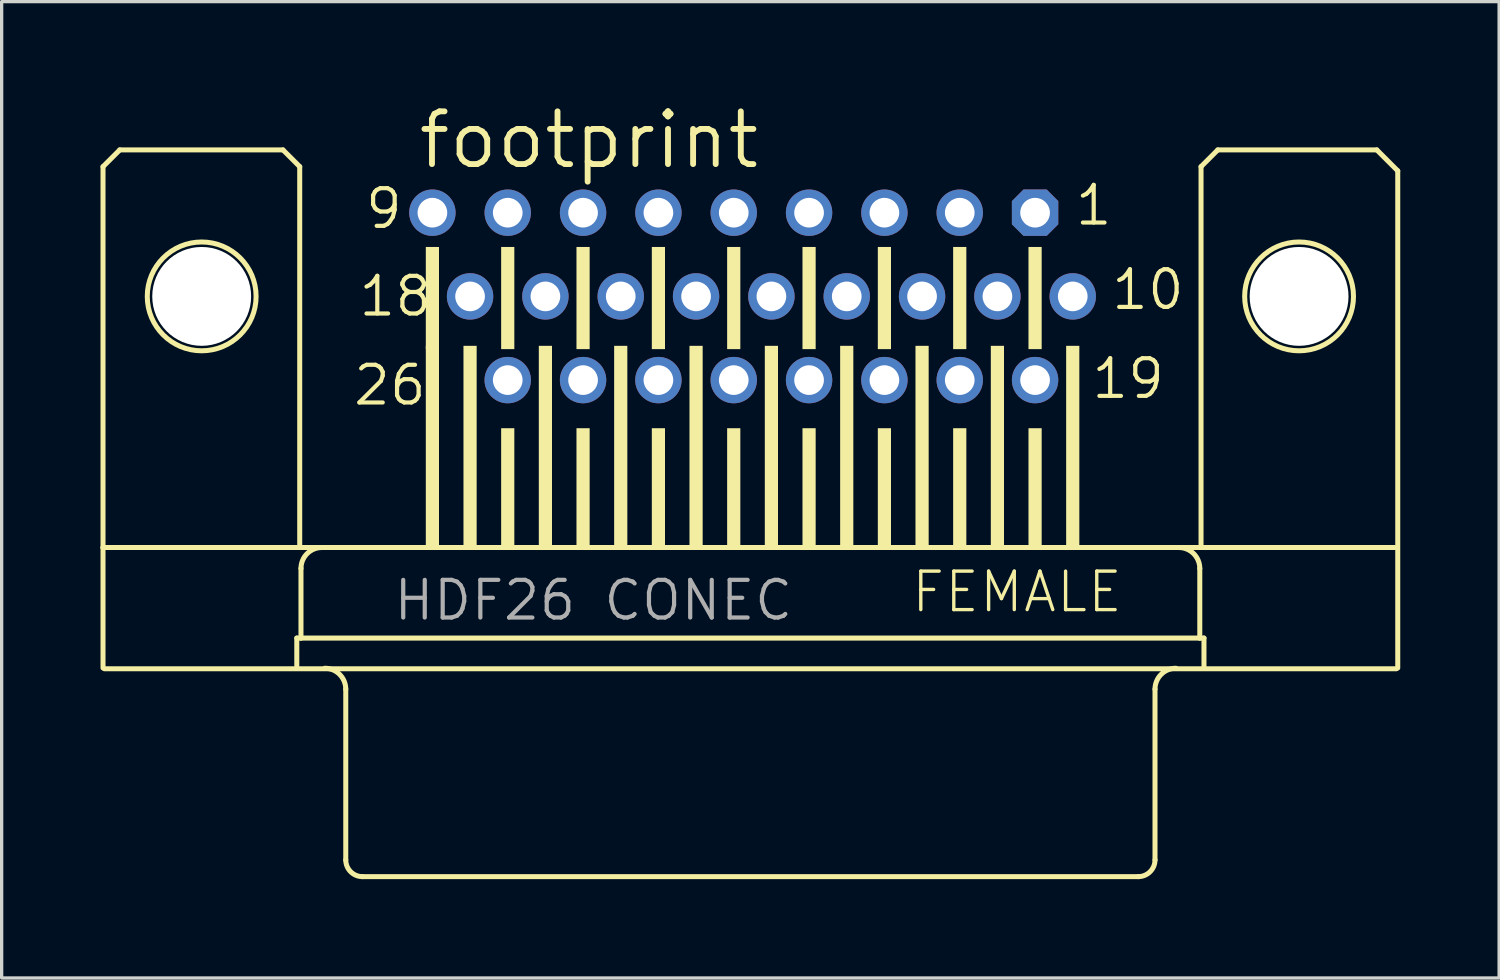
<source format=kicad_pcb>
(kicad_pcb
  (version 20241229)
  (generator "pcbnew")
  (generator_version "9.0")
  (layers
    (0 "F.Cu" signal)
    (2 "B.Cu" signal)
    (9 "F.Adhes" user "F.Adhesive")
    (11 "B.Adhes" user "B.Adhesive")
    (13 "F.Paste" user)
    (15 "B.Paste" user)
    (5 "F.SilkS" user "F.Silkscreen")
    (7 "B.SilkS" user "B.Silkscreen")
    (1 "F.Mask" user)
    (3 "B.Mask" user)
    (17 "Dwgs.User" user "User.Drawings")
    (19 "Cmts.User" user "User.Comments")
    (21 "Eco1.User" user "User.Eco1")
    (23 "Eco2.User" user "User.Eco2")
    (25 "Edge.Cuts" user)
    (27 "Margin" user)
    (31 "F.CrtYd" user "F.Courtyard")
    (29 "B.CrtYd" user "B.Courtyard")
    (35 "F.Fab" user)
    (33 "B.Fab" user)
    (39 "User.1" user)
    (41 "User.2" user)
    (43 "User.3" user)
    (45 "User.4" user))
  (footprint "footprint"
    (layer "F.Cu")
    (at 19.72 5.944)
    (property "Reference" "footprint" (at -10.16 -3.81 0) (layer "F.SilkS") (effects (font (size 1.6 1.6) (thickness 0.178)) (justify left bottom)))
    (fp_line (start -19.644 -3.937) (end -19.644 7.62) (stroke (width 0.152) (type solid)) (layer "F.SilkS"))
    (fp_line (start -19.644 11.276) (end -19.644 7.62) (stroke (width 0.152) (type solid)) (layer "F.SilkS"))
    (fp_line (start -19.6 11.3) (end 19.6 11.3) (stroke (width 0.152) (type solid)) (layer "F.SilkS"))
    (fp_line (start -19.136 -4.445) (end -19.644 -3.937) (stroke (width 0.152) (type solid)) (layer "F.SilkS"))
    (fp_line (start -14.183 -4.445) (end -19.136 -4.445) (stroke (width 0.152) (type solid)) (layer "F.SilkS"))
    (fp_line (start -13.764 10.368) (end -13.764 11.276) (stroke (width 0.152) (type solid)) (layer "F.SilkS"))
    (fp_line (start -13.675 -3.937) (end -14.183 -4.445) (stroke (width 0.152) (type solid)) (layer "F.SilkS"))
    (fp_line (start -13.675 -3.937) (end -13.675 7.62) (stroke (width 0.152) (type solid)) (layer "F.SilkS"))
    (fp_line (start -13.637 8.255) (end -13.637 10.368) (stroke (width 0.152) (type solid)) (layer "F.SilkS"))
    (fp_line (start -13.637 10.368) (end -13.764 10.368) (stroke (width 0.152) (type solid)) (layer "F.SilkS"))
    (fp_line (start -12.278 11.919) (end -12.278 17.099) (stroke (width 0.152) (type solid)) (layer "F.SilkS"))
    (fp_line (start 11.77 17.607) (end -11.77 17.607) (stroke (width 0.152) (type solid)) (layer "F.SilkS"))
    (fp_line (start 12.278 11.919) (end 12.278 17.099) (stroke (width 0.152) (type solid)) (layer "F.SilkS"))
    (fp_line (start 13.637 8.255) (end 13.637 10.368) (stroke (width 0.152) (type solid)) (layer "F.SilkS"))
    (fp_line (start 13.637 10.368) (end -13.637 10.368) (stroke (width 0.152) (type solid)) (layer "F.SilkS"))
    (fp_line (start 13.675 -3.937) (end 13.675 7.62) (stroke (width 0.152) (type solid)) (layer "F.SilkS"))
    (fp_line (start 13.764 10.368) (end 13.637 10.368) (stroke (width 0.152) (type solid)) (layer "F.SilkS"))
    (fp_line (start 13.764 10.368) (end 13.764 11.276) (stroke (width 0.152) (type solid)) (layer "F.SilkS"))
    (fp_line (start 14.183 -4.445) (end 13.675 -3.937) (stroke (width 0.152) (type solid)) (layer "F.SilkS"))
    (fp_line (start 14.183 -4.445) (end 19.009 -4.445) (stroke (width 0.152) (type solid)) (layer "F.SilkS"))
    (fp_line (start 19.009 -4.445) (end 19.644 -3.81) (stroke (width 0.152) (type solid)) (layer "F.SilkS"))
    (fp_line (start 19.556 7.62) (end -19.644 7.62) (stroke (width 0.152) (type solid)) (layer "F.SilkS"))
    (fp_line (start 19.644 -3.81) (end 19.644 11.276) (stroke (width 0.152) (type solid)) (layer "F.SilkS"))
    (fp_arc (start -13.637 8.255) (mid -13.451013 7.805987) (end -13.002 7.62) (stroke (width 0.1524) (type solid)) (layer "F.SilkS"))
    (fp_arc (start -12.913 11.284) (mid -12.463987 11.469987) (end -12.278 11.919) (stroke (width 0.1524) (type solid)) (layer "F.SilkS"))
    (fp_arc (start -11.77 17.607) (mid -12.12921 17.45821) (end -12.278 17.099) (stroke (width 0.1524) (type solid)) (layer "F.SilkS"))
    (fp_arc (start 12.278 11.919) (mid 12.463987 11.469987) (end 12.913 11.284) (stroke (width 0.1524) (type solid)) (layer "F.SilkS"))
    (fp_arc (start 12.278 17.099) (mid 12.12921 17.45821) (end 11.77 17.607) (stroke (width 0.1524) (type solid)) (layer "F.SilkS"))
    (fp_arc (start 13.002 7.62) (mid 13.451013 7.805987) (end 13.637 8.255) (stroke (width 0.1524) (type solid)) (layer "F.SilkS"))
    (fp_circle (center -16.65 0) (end -14.999 0) (stroke (width 0.152) (type solid)) (fill no) (layer "F.SilkS"))
    (fp_circle (center 16.65 0) (end 18.301 0) (stroke (width 0.152) (type solid)) (fill no) (layer "F.SilkS"))
    (fp_poly (pts (xy -9.849 1.6) (xy -9.449 1.6) (xy -9.449 -1.5) (xy -9.849 -1.5)) (stroke (width 0) (type solid)) (fill yes) (layer "F.SilkS"))
    (fp_poly (pts (xy -9.849 7.6) (xy -9.449 7.6) (xy -9.449 1.5) (xy -9.849 1.5)) (stroke (width 0) (type solid)) (fill yes) (layer "F.SilkS"))
    (fp_poly (pts (xy -8.706 7.6) (xy -8.306 7.6) (xy -8.306 1.5) (xy -8.706 1.5)) (stroke (width 0) (type solid)) (fill yes) (layer "F.SilkS"))
    (fp_poly (pts (xy -7.563 1.6) (xy -7.163 1.6) (xy -7.163 -1.5) (xy -7.563 -1.5)) (stroke (width 0) (type solid)) (fill yes) (layer "F.SilkS"))
    (fp_poly (pts (xy -7.563 7.6) (xy -7.163 7.6) (xy -7.163 4) (xy -7.563 4)) (stroke (width 0) (type solid)) (fill yes) (layer "F.SilkS"))
    (fp_poly (pts (xy -6.42 7.6) (xy -6.02 7.6) (xy -6.02 1.5) (xy -6.42 1.5)) (stroke (width 0) (type solid)) (fill yes) (layer "F.SilkS"))
    (fp_poly (pts (xy -5.277 1.6) (xy -4.877 1.6) (xy -4.877 -1.5) (xy -5.277 -1.5)) (stroke (width 0) (type solid)) (fill yes) (layer "F.SilkS"))
    (fp_poly (pts (xy -5.277 7.6) (xy -4.877 7.6) (xy -4.877 4) (xy -5.277 4)) (stroke (width 0) (type solid)) (fill yes) (layer "F.SilkS"))
    (fp_poly (pts (xy -4.134 7.6) (xy -3.734 7.6) (xy -3.734 1.5) (xy -4.134 1.5)) (stroke (width 0) (type solid)) (fill yes) (layer "F.SilkS"))
    (fp_poly (pts (xy -2.991 1.6) (xy -2.591 1.6) (xy -2.591 -1.5) (xy -2.991 -1.5)) (stroke (width 0) (type solid)) (fill yes) (layer "F.SilkS"))
    (fp_poly (pts (xy -2.991 7.6) (xy -2.591 7.6) (xy -2.591 4) (xy -2.991 4)) (stroke (width 0) (type solid)) (fill yes) (layer "F.SilkS"))
    (fp_poly (pts (xy -1.848 7.6) (xy -1.448 7.6) (xy -1.448 1.5) (xy -1.848 1.5)) (stroke (width 0) (type solid)) (fill yes) (layer "F.SilkS"))
    (fp_poly (pts (xy -0.705 1.6) (xy -0.305 1.6) (xy -0.305 -1.5) (xy -0.705 -1.5)) (stroke (width 0) (type solid)) (fill yes) (layer "F.SilkS"))
    (fp_poly (pts (xy -0.705 7.6) (xy -0.305 7.6) (xy -0.305 4) (xy -0.705 4)) (stroke (width 0) (type solid)) (fill yes) (layer "F.SilkS"))
    (fp_poly (pts (xy 0.438 7.6) (xy 0.838 7.6) (xy 0.838 1.5) (xy 0.438 1.5)) (stroke (width 0) (type solid)) (fill yes) (layer "F.SilkS"))
    (fp_poly (pts (xy 1.581 1.6) (xy 1.981 1.6) (xy 1.981 -1.5) (xy 1.581 -1.5)) (stroke (width 0) (type solid)) (fill yes) (layer "F.SilkS"))
    (fp_poly (pts (xy 1.581 7.6) (xy 1.981 7.6) (xy 1.981 4) (xy 1.581 4)) (stroke (width 0) (type solid)) (fill yes) (layer "F.SilkS"))
    (fp_poly (pts (xy 2.724 7.6) (xy 3.124 7.6) (xy 3.124 1.5) (xy 2.724 1.5)) (stroke (width 0) (type solid)) (fill yes) (layer "F.SilkS"))
    (fp_poly (pts (xy 3.867 1.6) (xy 4.267 1.6) (xy 4.267 -1.5) (xy 3.867 -1.5)) (stroke (width 0) (type solid)) (fill yes) (layer "F.SilkS"))
    (fp_poly (pts (xy 3.867 7.6) (xy 4.267 7.6) (xy 4.267 4) (xy 3.867 4)) (stroke (width 0) (type solid)) (fill yes) (layer "F.SilkS"))
    (fp_poly (pts (xy 5.01 7.6) (xy 5.41 7.6) (xy 5.41 1.5) (xy 5.01 1.5)) (stroke (width 0) (type solid)) (fill yes) (layer "F.SilkS"))
    (fp_poly (pts (xy 6.153 1.6) (xy 6.553 1.6) (xy 6.553 -1.5) (xy 6.153 -1.5)) (stroke (width 0) (type solid)) (fill yes) (layer "F.SilkS"))
    (fp_poly (pts (xy 6.153 7.6) (xy 6.553 7.6) (xy 6.553 4) (xy 6.153 4)) (stroke (width 0) (type solid)) (fill yes) (layer "F.SilkS"))
    (fp_poly (pts (xy 7.296 7.6) (xy 7.696 7.6) (xy 7.696 1.5) (xy 7.296 1.5)) (stroke (width 0) (type solid)) (fill yes) (layer "F.SilkS"))
    (fp_poly (pts (xy 8.439 1.6) (xy 8.839 1.6) (xy 8.839 -1.5) (xy 8.439 -1.5)) (stroke (width 0) (type solid)) (fill yes) (layer "F.SilkS"))
    (fp_poly (pts (xy 8.439 7.6) (xy 8.839 7.6) (xy 8.839 4) (xy 8.439 4)) (stroke (width 0) (type solid)) (fill yes) (layer "F.SilkS"))
    (fp_poly (pts (xy 9.582 7.6) (xy 9.982 7.6) (xy 9.982 1.5) (xy 9.582 1.5)) (stroke (width 0) (type solid)) (fill yes) (layer "F.SilkS"))
    (fp_text user "FEMALE" (at 4.826 9.652 0) (layer "F.SilkS") (effects (font (size 1.168 1.168) (thickness 0.102)) (justify left bottom)))
    (fp_text user "26" (at -12.111 3.365 0) (layer "F.SilkS") (effects (font (size 1.143 1.143) (thickness 0.127)) (justify left bottom)))
    (fp_text user "10" (at 10.89 0.465 0) (layer "F.SilkS") (effects (font (size 1.143 1.143) (thickness 0.127)) (justify left bottom)))
    (fp_text user "1" (at 9.79 -2.095 0) (layer "F.SilkS") (effects (font (size 1.143 1.143) (thickness 0.127)) (justify left bottom)))
    (fp_text user "19" (at 10.29 3.165 0) (layer "F.SilkS") (effects (font (size 1.143 1.143) (thickness 0.127)) (justify left bottom)))
    (fp_text user "18" (at -11.949 0.665 0) (layer "F.SilkS") (effects (font (size 1.143 1.143) (thickness 0.127)) (justify left bottom)))
    (fp_text user "9" (at -11.749 -1.995 0) (layer "F.SilkS") (effects (font (size 1.143 1.143) (thickness 0.127)) (justify left bottom)))
    (fp_text user "HDF26 CONEC" (at -10.89 9.891 0) (layer "F.Fab") (effects (font (size 1.143 1.143) (thickness 0.127)) (justify left bottom)))
    (pad "" np_thru_hole circle (at -16.65 0) (size 3 3) (drill 3) (layers "*.Cu" "*.Mask"))
    (pad "" np_thru_hole circle (at 16.65 0) (size 3 3) (drill 3) (layers "*.Cu" "*.Mask"))
    (pad "1" thru_hole roundrect (at 8.639 -2.54) (size 1.408 1.408) (drill 0.9) (layers "*.Cu" "*.Mask") (roundrect_rratio 0.25) (chamfer_ratio 0.25) (chamfer top_left top_right bottom_left bottom_right))
    (pad "2" thru_hole circle (at 6.353 -2.54) (size 1.408 1.408) (drill 0.9) (layers "*.Cu" "*.Mask"))
    (pad "3" thru_hole circle (at 4.067 -2.54) (size 1.408 1.408) (drill 0.9) (layers "*.Cu" "*.Mask"))
    (pad "4" thru_hole circle (at 1.781 -2.54) (size 1.408 1.408) (drill 0.9) (layers "*.Cu" "*.Mask"))
    (pad "5" thru_hole circle (at -0.505 -2.54) (size 1.408 1.408) (drill 0.9) (layers "*.Cu" "*.Mask"))
    (pad "6" thru_hole circle (at -2.791 -2.54) (size 1.408 1.408) (drill 0.9) (layers "*.Cu" "*.Mask"))
    (pad "7" thru_hole circle (at -5.077 -2.54) (size 1.408 1.408) (drill 0.9) (layers "*.Cu" "*.Mask"))
    (pad "8" thru_hole circle (at -7.363 -2.54) (size 1.408 1.408) (drill 0.9) (layers "*.Cu" "*.Mask"))
    (pad "9" thru_hole circle (at -9.649 -2.54) (size 1.408 1.408) (drill 0.9) (layers "*.Cu" "*.Mask"))
    (pad "10" thru_hole circle (at 9.782 0) (size 1.408 1.408) (drill 0.9) (layers "*.Cu" "*.Mask"))
    (pad "11" thru_hole circle (at 7.496 0) (size 1.408 1.408) (drill 0.9) (layers "*.Cu" "*.Mask"))
    (pad "12" thru_hole circle (at 5.21 0) (size 1.408 1.408) (drill 0.9) (layers "*.Cu" "*.Mask"))
    (pad "13" thru_hole circle (at 2.924 0) (size 1.408 1.408) (drill 0.9) (layers "*.Cu" "*.Mask"))
    (pad "14" thru_hole circle (at 0.638 0) (size 1.408 1.408) (drill 0.9) (layers "*.Cu" "*.Mask"))
    (pad "15" thru_hole circle (at -1.648 0) (size 1.408 1.408) (drill 0.9) (layers "*.Cu" "*.Mask"))
    (pad "16" thru_hole circle (at -3.934 0) (size 1.408 1.408) (drill 0.9) (layers "*.Cu" "*.Mask"))
    (pad "17" thru_hole circle (at -6.22 0) (size 1.408 1.408) (drill 0.9) (layers "*.Cu" "*.Mask"))
    (pad "18" thru_hole circle (at -8.506 0) (size 1.408 1.408) (drill 0.9) (layers "*.Cu" "*.Mask"))
    (pad "19" thru_hole circle (at 8.639 2.54) (size 1.408 1.408) (drill 0.9) (layers "*.Cu" "*.Mask"))
    (pad "20" thru_hole circle (at 6.353 2.54) (size 1.408 1.408) (drill 0.9) (layers "*.Cu" "*.Mask"))
    (pad "21" thru_hole circle (at 4.067 2.54) (size 1.408 1.408) (drill 0.9) (layers "*.Cu" "*.Mask"))
    (pad "22" thru_hole circle (at 1.781 2.54) (size 1.408 1.408) (drill 0.9) (layers "*.Cu" "*.Mask"))
    (pad "23" thru_hole circle (at -0.505 2.54) (size 1.408 1.408) (drill 0.9) (layers "*.Cu" "*.Mask"))
    (pad "24" thru_hole circle (at -2.791 2.54) (size 1.408 1.408) (drill 0.9) (layers "*.Cu" "*.Mask"))
    (pad "25" thru_hole circle (at -5.077 2.54) (size 1.408 1.408) (drill 0.9) (layers "*.Cu" "*.Mask"))
    (pad "26" thru_hole circle (at -7.363 2.54) (size 1.408 1.408) (drill 0.9) (layers "*.Cu" "*.Mask"))
    (zone (net_name "") (layers "F.Cu" "B.Cu") (hatch edge 0.508) (connect_pads) (min_thickness 0.254) (filled_areas_thickness no) (keepout (tracks allowed) (vias not_allowed) (pads allowed) (copperpour allowed) (footprints allowed)) (placement (enabled no)) (fill) (polygon (pts (xy 5.737 5.944) (xy 5.697 5.48) (xy 5.576 5.031) (xy 5.38 4.61) (xy 5.113 4.229) (xy 4.785 3.901) (xy 4.404 3.634) (xy 3.982 3.437) (xy 3.533 3.317) (xy 3.07 3.277) (xy 2.607 3.317) (xy 2.158 3.437) (xy 1.737 3.634) (xy 1.356 3.901) (xy 1.027 4.229) (xy 0.761 4.61) (xy 0.564 5.031) (xy 0.444 5.48) (xy 0.403 5.944) (xy 0.444 6.407) (xy 0.564 6.856) (xy 0.761 7.277) (xy 1.027 7.658) (xy 1.356 7.987) (xy 1.737 8.253) (xy 2.158 8.45) (xy 2.607 8.57) (xy 3.07 8.611) (xy 3.533 8.57) (xy 3.982 8.45) (xy 4.404 8.253) (xy 4.785 7.987) (xy 5.113 7.658) (xy 5.38 7.277) (xy 5.576 6.856) (xy 5.697 6.407))))
    (zone (net_name "") (layers "F.Cu" "B.Cu") (hatch edge 0.508) (connect_pads) (min_thickness 0.254) (filled_areas_thickness no) (keepout (tracks allowed) (vias not_allowed) (pads allowed) (copperpour allowed) (footprints allowed)) (placement (enabled no)) (fill) (polygon (pts (xy 39.037 5.944) (xy 38.997 5.48) (xy 38.876 5.031) (xy 38.68 4.61) (xy 38.413 4.229) (xy 38.085 3.901) (xy 37.704 3.634) (xy 37.282 3.437) (xy 36.833 3.317) (xy 36.37 3.277) (xy 35.907 3.317) (xy 35.458 3.437) (xy 35.037 3.634) (xy 34.656 3.901) (xy 34.327 4.229) (xy 34.061 4.61) (xy 33.864 5.031) (xy 33.744 5.48) (xy 33.703 5.944) (xy 33.744 6.407) (xy 33.864 6.856) (xy 34.061 7.277) (xy 34.327 7.658) (xy 34.656 7.987) (xy 35.037 8.253) (xy 35.458 8.45) (xy 35.907 8.57) (xy 36.37 8.611) (xy 36.833 8.57) (xy 37.282 8.45) (xy 37.704 8.253) (xy 38.085 7.987) (xy 38.413 7.658) (xy 38.68 7.277) (xy 38.876 6.856) (xy 38.997 6.407))))
    (zone (net_name "") (layer "B.Cu") (hatch edge 0.508) (connect_pads) (min_thickness 0.254) (filled_areas_thickness no) (keepout (tracks not_allowed) (vias not_allowed) (pads not_allowed) (copperpour not_allowed) (footprints allowed)) (placement (enabled no)) (fill) (polygon (pts (xy 5.737 5.944) (xy 5.697 5.48) (xy 5.576 5.031) (xy 5.38 4.61) (xy 5.113 4.229) (xy 4.785 3.901) (xy 4.404 3.634) (xy 3.982 3.437) (xy 3.533 3.317) (xy 3.07 3.277) (xy 2.607 3.317) (xy 2.158 3.437) (xy 1.737 3.634) (xy 1.356 3.901) (xy 1.027 4.229) (xy 0.761 4.61) (xy 0.564 5.031) (xy 0.444 5.48) (xy 0.403 5.944) (xy 0.444 6.407) (xy 0.564 6.856) (xy 0.761 7.277) (xy 1.027 7.658) (xy 1.356 7.987) (xy 1.737 8.253) (xy 2.158 8.45) (xy 2.607 8.57) (xy 3.07 8.611) (xy 3.533 8.57) (xy 3.982 8.45) (xy 4.404 8.253) (xy 4.785 7.987) (xy 5.113 7.658) (xy 5.38 7.277) (xy 5.576 6.856) (xy 5.697 6.407))))
    (zone (net_name "") (layer "B.Cu") (hatch edge 0.508) (connect_pads) (min_thickness 0.254) (filled_areas_thickness no) (keepout (tracks not_allowed) (vias not_allowed) (pads not_allowed) (copperpour not_allowed) (footprints allowed)) (placement (enabled no)) (fill) (polygon (pts (xy 39.037 5.944) (xy 38.997 5.48) (xy 38.876 5.031) (xy 38.68 4.61) (xy 38.413 4.229) (xy 38.085 3.901) (xy 37.704 3.634) (xy 37.282 3.437) (xy 36.833 3.317) (xy 36.37 3.277) (xy 35.907 3.317) (xy 35.458 3.437) (xy 35.037 3.634) (xy 34.656 3.901) (xy 34.327 4.229) (xy 34.061 4.61) (xy 33.864 5.031) (xy 33.744 5.48) (xy 33.703 5.944) (xy 33.744 6.407) (xy 33.864 6.856) (xy 34.061 7.277) (xy 34.327 7.658) (xy 34.656 7.987) (xy 35.037 8.253) (xy 35.458 8.45) (xy 35.907 8.57) (xy 36.37 8.611) (xy 36.833 8.57) (xy 37.282 8.45) (xy 37.704 8.253) (xy 38.085 7.987) (xy 38.413 7.658) (xy 38.68 7.277) (xy 38.876 6.856) (xy 38.997 6.407)))))
  (gr_rect
    (start -3 -3)
    (end 42.44 26.627)
    (stroke (width 0.1) (type default))
    (fill no)
    (layer "Edge.Cuts")))
</source>
